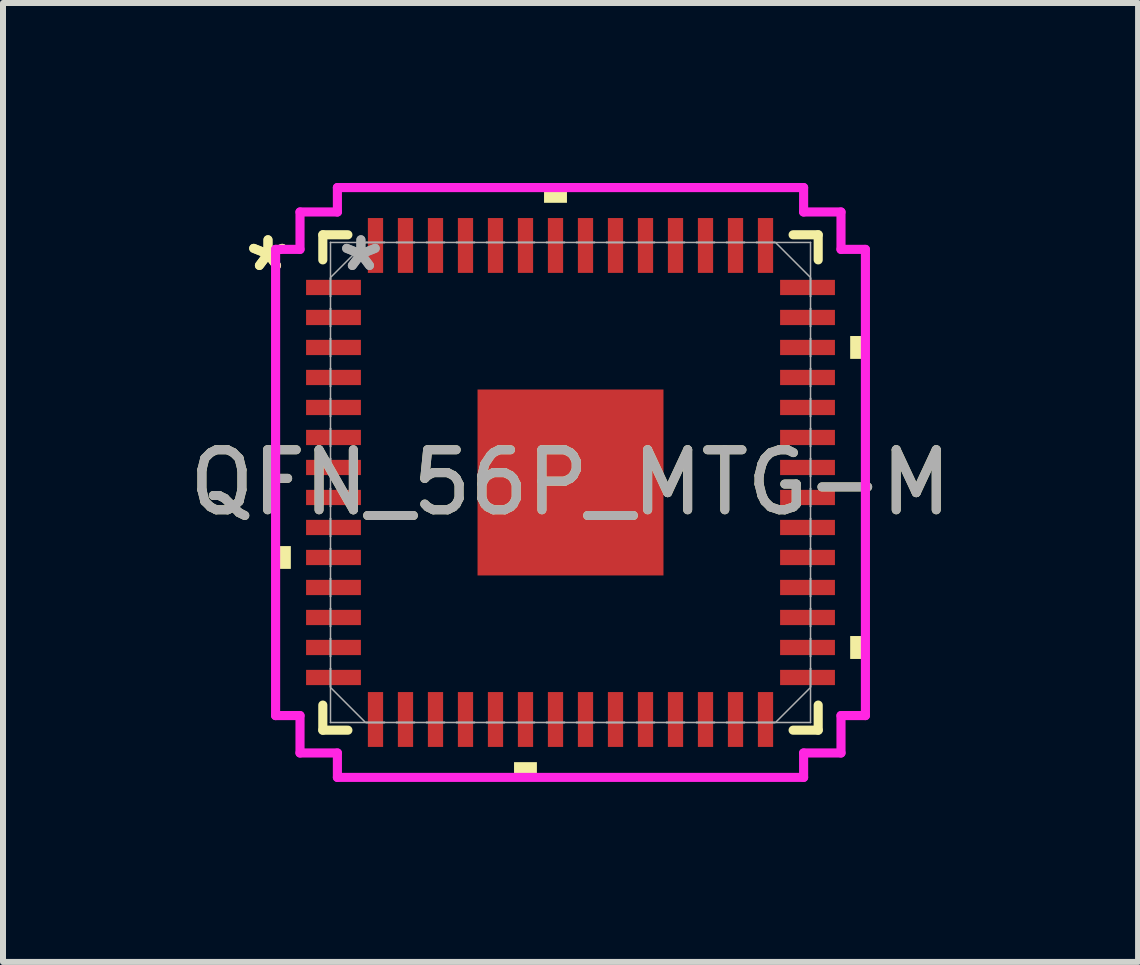
<source format=kicad_pcb>
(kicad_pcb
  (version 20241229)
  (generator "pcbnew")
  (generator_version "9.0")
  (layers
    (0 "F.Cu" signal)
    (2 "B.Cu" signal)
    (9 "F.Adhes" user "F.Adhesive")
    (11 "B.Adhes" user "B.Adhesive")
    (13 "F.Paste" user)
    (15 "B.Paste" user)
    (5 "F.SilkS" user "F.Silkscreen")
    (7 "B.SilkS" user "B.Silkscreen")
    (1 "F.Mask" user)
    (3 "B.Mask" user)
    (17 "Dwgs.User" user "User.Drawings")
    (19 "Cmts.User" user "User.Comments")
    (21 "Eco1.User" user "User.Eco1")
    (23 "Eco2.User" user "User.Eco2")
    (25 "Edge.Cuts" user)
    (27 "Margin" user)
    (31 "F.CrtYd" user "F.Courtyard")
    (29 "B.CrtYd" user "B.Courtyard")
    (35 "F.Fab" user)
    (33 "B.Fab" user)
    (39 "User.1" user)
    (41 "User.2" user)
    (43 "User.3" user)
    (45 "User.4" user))
  (footprint "QFN_56P_MTG-M"
    (layer "F.Cu")
    (at 6.458 4.991)
    (property "Reference" "QFN_56P_MTG-M" (at 0 0 0) (unlocked yes) (layer "F.SilkS") (effects (font (size 1 1) (thickness 0.15))))
    (attr smd)
    (fp_line (start -4.128 -4.128) (end -4.128 -3.71) (stroke (width 0.152) (type solid)) (layer "F.SilkS"))
    (fp_line (start -4.128 3.71) (end -4.128 4.128) (stroke (width 0.152) (type solid)) (layer "F.SilkS"))
    (fp_line (start -4.128 4.128) (end -3.71 4.128) (stroke (width 0.152) (type solid)) (layer "F.SilkS"))
    (fp_line (start -3.71 -4.128) (end -4.128 -4.128) (stroke (width 0.152) (type solid)) (layer "F.SilkS"))
    (fp_line (start 3.71 4.128) (end 4.128 4.128) (stroke (width 0.152) (type solid)) (layer "F.SilkS"))
    (fp_line (start 4.128 -4.128) (end 3.71 -4.128) (stroke (width 0.152) (type solid)) (layer "F.SilkS"))
    (fp_line (start 4.128 -3.71) (end 4.128 -4.128) (stroke (width 0.152) (type solid)) (layer "F.SilkS"))
    (fp_line (start 4.128 4.128) (end 4.128 3.71) (stroke (width 0.152) (type solid)) (layer "F.SilkS"))
    (fp_poly (pts (xy -4.915 1.06) (xy -4.915 1.44) (xy -4.661 1.44) (xy -4.661 1.06)) (stroke (width 0) (type solid)) (fill yes) (layer "F.SilkS"))
    (fp_poly (pts (xy -0.941 4.661) (xy -0.941 4.915) (xy -0.56 4.915) (xy -0.56 4.661)) (stroke (width 0) (type solid)) (fill yes) (layer "F.SilkS"))
    (fp_poly (pts (xy -0.441 -4.661) (xy -0.441 -4.915) (xy -0.059 -4.915) (xy -0.059 -4.661)) (stroke (width 0) (type solid)) (fill yes) (layer "F.SilkS"))
    (fp_poly (pts (xy 4.915 -2.441) (xy 4.915 -2.06) (xy 4.661 -2.06) (xy 4.661 -2.441)) (stroke (width 0) (type solid)) (fill yes) (layer "F.SilkS"))
    (fp_poly (pts (xy 4.915 2.559) (xy 4.915 2.941) (xy 4.661 2.941) (xy 4.661 2.559)) (stroke (width 0) (type solid)) (fill yes) (layer "F.SilkS"))
    (fp_poly (pts (xy -1.449 -1.449) (xy -1.449 -0.1) (xy -0.1 -0.1) (xy -0.1 -1.449)) (stroke (width 0) (type solid)) (fill yes) (layer "F.Paste"))
    (fp_poly (pts (xy -1.449 0.1) (xy -1.449 1.449) (xy -0.1 1.449) (xy -0.1 0.1)) (stroke (width 0) (type solid)) (fill yes) (layer "F.Paste"))
    (fp_poly (pts (xy 0.1 -1.449) (xy 0.1 -0.1) (xy 1.449 -0.1) (xy 1.449 -1.449)) (stroke (width 0) (type solid)) (fill yes) (layer "F.Paste"))
    (fp_poly (pts (xy 0.1 0.1) (xy 0.1 1.449) (xy 1.449 1.449) (xy 1.449 0.1)) (stroke (width 0) (type solid)) (fill yes) (layer "F.Paste"))
    (fp_line (start -4.915 -3.885) (end -4.508 -3.885) (stroke (width 0.152) (type solid)) (layer "F.CrtYd"))
    (fp_line (start -4.915 3.885) (end -4.915 -3.885) (stroke (width 0.152) (type solid)) (layer "F.CrtYd"))
    (fp_line (start -4.508 -4.508) (end -3.885 -4.508) (stroke (width 0.152) (type solid)) (layer "F.CrtYd"))
    (fp_line (start -4.508 -3.885) (end -4.508 -4.508) (stroke (width 0.152) (type solid)) (layer "F.CrtYd"))
    (fp_line (start -4.508 3.885) (end -4.915 3.885) (stroke (width 0.152) (type solid)) (layer "F.CrtYd"))
    (fp_line (start -4.508 4.508) (end -4.508 3.885) (stroke (width 0.152) (type solid)) (layer "F.CrtYd"))
    (fp_line (start -3.885 -4.915) (end 3.885 -4.915) (stroke (width 0.152) (type solid)) (layer "F.CrtYd"))
    (fp_line (start -3.885 -4.508) (end -3.885 -4.915) (stroke (width 0.152) (type solid)) (layer "F.CrtYd"))
    (fp_line (start -3.885 4.508) (end -4.508 4.508) (stroke (width 0.152) (type solid)) (layer "F.CrtYd"))
    (fp_line (start -3.885 4.915) (end -3.885 4.508) (stroke (width 0.152) (type solid)) (layer "F.CrtYd"))
    (fp_line (start 3.885 -4.915) (end 3.885 -4.508) (stroke (width 0.152) (type solid)) (layer "F.CrtYd"))
    (fp_line (start 3.885 -4.508) (end 4.508 -4.508) (stroke (width 0.152) (type solid)) (layer "F.CrtYd"))
    (fp_line (start 3.885 4.508) (end 3.885 4.915) (stroke (width 0.152) (type solid)) (layer "F.CrtYd"))
    (fp_line (start 3.885 4.915) (end -3.885 4.915) (stroke (width 0.152) (type solid)) (layer "F.CrtYd"))
    (fp_line (start 4.508 -4.508) (end 4.508 -3.885) (stroke (width 0.152) (type solid)) (layer "F.CrtYd"))
    (fp_line (start 4.508 -3.885) (end 4.915 -3.885) (stroke (width 0.152) (type solid)) (layer "F.CrtYd"))
    (fp_line (start 4.508 3.885) (end 4.508 4.508) (stroke (width 0.152) (type solid)) (layer "F.CrtYd"))
    (fp_line (start 4.508 4.508) (end 3.885 4.508) (stroke (width 0.152) (type solid)) (layer "F.CrtYd"))
    (fp_line (start 4.915 -3.885) (end 4.915 3.885) (stroke (width 0.152) (type solid)) (layer "F.CrtYd"))
    (fp_line (start 4.915 3.885) (end 4.508 3.885) (stroke (width 0.152) (type solid)) (layer "F.CrtYd"))
    (fp_line (start -4 -4) (end -4 -4) (stroke (width 0.025) (type solid)) (layer "F.Fab"))
    (fp_line (start -4 -4) (end -4 4) (stroke (width 0.025) (type solid)) (layer "F.Fab"))
    (fp_line (start -4 -3.416) (end -3.416 -4) (stroke (width 0.025) (type solid)) (layer "F.Fab"))
    (fp_line (start -4 -3.402) (end -4 -3.402) (stroke (width 0.025) (type solid)) (layer "F.Fab"))
    (fp_line (start -4 -3.402) (end -4 -3.098) (stroke (width 0.025) (type solid)) (layer "F.Fab"))
    (fp_line (start -4 -3.098) (end -4 -3.402) (stroke (width 0.025) (type solid)) (layer "F.Fab"))
    (fp_line (start -4 -3.098) (end -4 -3.098) (stroke (width 0.025) (type solid)) (layer "F.Fab"))
    (fp_line (start -4 -2.902) (end -4 -2.902) (stroke (width 0.025) (type solid)) (layer "F.Fab"))
    (fp_line (start -4 -2.902) (end -4 -2.598) (stroke (width 0.025) (type solid)) (layer "F.Fab"))
    (fp_line (start -4 -2.598) (end -4 -2.902) (stroke (width 0.025) (type solid)) (layer "F.Fab"))
    (fp_line (start -4 -2.598) (end -4 -2.598) (stroke (width 0.025) (type solid)) (layer "F.Fab"))
    (fp_line (start -4 -2.402) (end -4 -2.402) (stroke (width 0.025) (type solid)) (layer "F.Fab"))
    (fp_line (start -4 -2.402) (end -4 -2.098) (stroke (width 0.025) (type solid)) (layer "F.Fab"))
    (fp_line (start -4 -2.098) (end -4 -2.402) (stroke (width 0.025) (type solid)) (layer "F.Fab"))
    (fp_line (start -4 -2.098) (end -4 -2.098) (stroke (width 0.025) (type solid)) (layer "F.Fab"))
    (fp_line (start -4 -1.902) (end -4 -1.902) (stroke (width 0.025) (type solid)) (layer "F.Fab"))
    (fp_line (start -4 -1.902) (end -4 -1.598) (stroke (width 0.025) (type solid)) (layer "F.Fab"))
    (fp_line (start -4 -1.598) (end -4 -1.902) (stroke (width 0.025) (type solid)) (layer "F.Fab"))
    (fp_line (start -4 -1.598) (end -4 -1.598) (stroke (width 0.025) (type solid)) (layer "F.Fab"))
    (fp_line (start -4 -1.402) (end -4 -1.402) (stroke (width 0.025) (type solid)) (layer "F.Fab"))
    (fp_line (start -4 -1.402) (end -4 -1.098) (stroke (width 0.025) (type solid)) (layer "F.Fab"))
    (fp_line (start -4 -1.098) (end -4 -1.402) (stroke (width 0.025) (type solid)) (layer "F.Fab"))
    (fp_line (start -4 -1.098) (end -4 -1.098) (stroke (width 0.025) (type solid)) (layer "F.Fab"))
    (fp_line (start -4 -0.902) (end -4 -0.902) (stroke (width 0.025) (type solid)) (layer "F.Fab"))
    (fp_line (start -4 -0.902) (end -4 -0.598) (stroke (width 0.025) (type solid)) (layer "F.Fab"))
    (fp_line (start -4 -0.598) (end -4 -0.902) (stroke (width 0.025) (type solid)) (layer "F.Fab"))
    (fp_line (start -4 -0.598) (end -4 -0.598) (stroke (width 0.025) (type solid)) (layer "F.Fab"))
    (fp_line (start -4 -0.402) (end -4 -0.402) (stroke (width 0.025) (type solid)) (layer "F.Fab"))
    (fp_line (start -4 -0.402) (end -4 -0.098) (stroke (width 0.025) (type solid)) (layer "F.Fab"))
    (fp_line (start -4 -0.098) (end -4 -0.402) (stroke (width 0.025) (type solid)) (layer "F.Fab"))
    (fp_line (start -4 -0.098) (end -4 -0.098) (stroke (width 0.025) (type solid)) (layer "F.Fab"))
    (fp_line (start -4 0.098) (end -4 0.098) (stroke (width 0.025) (type solid)) (layer "F.Fab"))
    (fp_line (start -4 0.098) (end -4 0.402) (stroke (width 0.025) (type solid)) (layer "F.Fab"))
    (fp_line (start -4 0.402) (end -4 0.098) (stroke (width 0.025) (type solid)) (layer "F.Fab"))
    (fp_line (start -4 0.402) (end -4 0.402) (stroke (width 0.025) (type solid)) (layer "F.Fab"))
    (fp_line (start -4 0.598) (end -4 0.598) (stroke (width 0.025) (type solid)) (layer "F.Fab"))
    (fp_line (start -4 0.598) (end -4 0.902) (stroke (width 0.025) (type solid)) (layer "F.Fab"))
    (fp_line (start -4 0.902) (end -4 0.598) (stroke (width 0.025) (type solid)) (layer "F.Fab"))
    (fp_line (start -4 0.902) (end -4 0.902) (stroke (width 0.025) (type solid)) (layer "F.Fab"))
    (fp_line (start -4 1.098) (end -4 1.098) (stroke (width 0.025) (type solid)) (layer "F.Fab"))
    (fp_line (start -4 1.098) (end -4 1.402) (stroke (width 0.025) (type solid)) (layer "F.Fab"))
    (fp_line (start -4 1.402) (end -4 1.098) (stroke (width 0.025) (type solid)) (layer "F.Fab"))
    (fp_line (start -4 1.402) (end -4 1.402) (stroke (width 0.025) (type solid)) (layer "F.Fab"))
    (fp_line (start -4 1.598) (end -4 1.598) (stroke (width 0.025) (type solid)) (layer "F.Fab"))
    (fp_line (start -4 1.598) (end -4 1.902) (stroke (width 0.025) (type solid)) (layer "F.Fab"))
    (fp_line (start -4 1.902) (end -4 1.598) (stroke (width 0.025) (type solid)) (layer "F.Fab"))
    (fp_line (start -4 1.902) (end -4 1.902) (stroke (width 0.025) (type solid)) (layer "F.Fab"))
    (fp_line (start -4 2.098) (end -4 2.098) (stroke (width 0.025) (type solid)) (layer "F.Fab"))
    (fp_line (start -4 2.098) (end -4 2.402) (stroke (width 0.025) (type solid)) (layer "F.Fab"))
    (fp_line (start -4 2.402) (end -4 2.098) (stroke (width 0.025) (type solid)) (layer "F.Fab"))
    (fp_line (start -4 2.402) (end -4 2.402) (stroke (width 0.025) (type solid)) (layer "F.Fab"))
    (fp_line (start -4 2.598) (end -4 2.598) (stroke (width 0.025) (type solid)) (layer "F.Fab"))
    (fp_line (start -4 2.598) (end -4 2.902) (stroke (width 0.025) (type solid)) (layer "F.Fab"))
    (fp_line (start -4 2.902) (end -4 2.598) (stroke (width 0.025) (type solid)) (layer "F.Fab"))
    (fp_line (start -4 2.902) (end -4 2.902) (stroke (width 0.025) (type solid)) (layer "F.Fab"))
    (fp_line (start -4 3.098) (end -4 3.098) (stroke (width 0.025) (type solid)) (layer "F.Fab"))
    (fp_line (start -4 3.098) (end -4 3.402) (stroke (width 0.025) (type solid)) (layer "F.Fab"))
    (fp_line (start -4 3.402) (end -4 3.098) (stroke (width 0.025) (type solid)) (layer "F.Fab"))
    (fp_line (start -4 3.402) (end -4 3.402) (stroke (width 0.025) (type solid)) (layer "F.Fab"))
    (fp_line (start -4 4) (end -4 4) (stroke (width 0.025) (type solid)) (layer "F.Fab"))
    (fp_line (start -4 4) (end 4 4) (stroke (width 0.025) (type solid)) (layer "F.Fab"))
    (fp_line (start -3.416 4) (end -4 3.416) (stroke (width 0.025) (type solid)) (layer "F.Fab"))
    (fp_line (start -3.402 -4) (end -3.402 -4) (stroke (width 0.025) (type solid)) (layer "F.Fab"))
    (fp_line (start -3.402 -4) (end -3.098 -4) (stroke (width 0.025) (type solid)) (layer "F.Fab"))
    (fp_line (start -3.402 4) (end -3.402 4) (stroke (width 0.025) (type solid)) (layer "F.Fab"))
    (fp_line (start -3.402 4) (end -3.098 4) (stroke (width 0.025) (type solid)) (layer "F.Fab"))
    (fp_line (start -3.098 -4) (end -3.402 -4) (stroke (width 0.025) (type solid)) (layer "F.Fab"))
    (fp_line (start -3.098 -4) (end -3.098 -4) (stroke (width 0.025) (type solid)) (layer "F.Fab"))
    (fp_line (start -3.098 4) (end -3.402 4) (stroke (width 0.025) (type solid)) (layer "F.Fab"))
    (fp_line (start -3.098 4) (end -3.098 4) (stroke (width 0.025) (type solid)) (layer "F.Fab"))
    (fp_line (start -2.902 -4) (end -2.902 -4) (stroke (width 0.025) (type solid)) (layer "F.Fab"))
    (fp_line (start -2.902 -4) (end -2.598 -4) (stroke (width 0.025) (type solid)) (layer "F.Fab"))
    (fp_line (start -2.902 4) (end -2.902 4) (stroke (width 0.025) (type solid)) (layer "F.Fab"))
    (fp_line (start -2.902 4) (end -2.598 4) (stroke (width 0.025) (type solid)) (layer "F.Fab"))
    (fp_line (start -2.598 -4) (end -2.902 -4) (stroke (width 0.025) (type solid)) (layer "F.Fab"))
    (fp_line (start -2.598 -4) (end -2.598 -4) (stroke (width 0.025) (type solid)) (layer "F.Fab"))
    (fp_line (start -2.598 4) (end -2.902 4) (stroke (width 0.025) (type solid)) (layer "F.Fab"))
    (fp_line (start -2.598 4) (end -2.598 4) (stroke (width 0.025) (type solid)) (layer "F.Fab"))
    (fp_line (start -2.402 -4) (end -2.402 -4) (stroke (width 0.025) (type solid)) (layer "F.Fab"))
    (fp_line (start -2.402 -4) (end -2.098 -4) (stroke (width 0.025) (type solid)) (layer "F.Fab"))
    (fp_line (start -2.402 4) (end -2.402 4) (stroke (width 0.025) (type solid)) (layer "F.Fab"))
    (fp_line (start -2.402 4) (end -2.098 4) (stroke (width 0.025) (type solid)) (layer "F.Fab"))
    (fp_line (start -2.098 -4) (end -2.402 -4) (stroke (width 0.025) (type solid)) (layer "F.Fab"))
    (fp_line (start -2.098 -4) (end -2.098 -4) (stroke (width 0.025) (type solid)) (layer "F.Fab"))
    (fp_line (start -2.098 4) (end -2.402 4) (stroke (width 0.025) (type solid)) (layer "F.Fab"))
    (fp_line (start -2.098 4) (end -2.098 4) (stroke (width 0.025) (type solid)) (layer "F.Fab"))
    (fp_line (start -1.902 -4) (end -1.902 -4) (stroke (width 0.025) (type solid)) (layer "F.Fab"))
    (fp_line (start -1.902 -4) (end -1.598 -4) (stroke (width 0.025) (type solid)) (layer "F.Fab"))
    (fp_line (start -1.902 4) (end -1.902 4) (stroke (width 0.025) (type solid)) (layer "F.Fab"))
    (fp_line (start -1.902 4) (end -1.598 4) (stroke (width 0.025) (type solid)) (layer "F.Fab"))
    (fp_line (start -1.598 -4) (end -1.902 -4) (stroke (width 0.025) (type solid)) (layer "F.Fab"))
    (fp_line (start -1.598 -4) (end -1.598 -4) (stroke (width 0.025) (type solid)) (layer "F.Fab"))
    (fp_line (start -1.598 4) (end -1.902 4) (stroke (width 0.025) (type solid)) (layer "F.Fab"))
    (fp_line (start -1.598 4) (end -1.598 4) (stroke (width 0.025) (type solid)) (layer "F.Fab"))
    (fp_line (start -1.402 -4) (end -1.402 -4) (stroke (width 0.025) (type solid)) (layer "F.Fab"))
    (fp_line (start -1.402 -4) (end -1.098 -4) (stroke (width 0.025) (type solid)) (layer "F.Fab"))
    (fp_line (start -1.402 4) (end -1.402 4) (stroke (width 0.025) (type solid)) (layer "F.Fab"))
    (fp_line (start -1.402 4) (end -1.098 4) (stroke (width 0.025) (type solid)) (layer "F.Fab"))
    (fp_line (start -1.098 -4) (end -1.402 -4) (stroke (width 0.025) (type solid)) (layer "F.Fab"))
    (fp_line (start -1.098 -4) (end -1.098 -4) (stroke (width 0.025) (type solid)) (layer "F.Fab"))
    (fp_line (start -1.098 4) (end -1.402 4) (stroke (width 0.025) (type solid)) (layer "F.Fab"))
    (fp_line (start -1.098 4) (end -1.098 4) (stroke (width 0.025) (type solid)) (layer "F.Fab"))
    (fp_line (start -0.902 -4) (end -0.902 -4) (stroke (width 0.025) (type solid)) (layer "F.Fab"))
    (fp_line (start -0.902 -4) (end -0.598 -4) (stroke (width 0.025) (type solid)) (layer "F.Fab"))
    (fp_line (start -0.902 4) (end -0.902 4) (stroke (width 0.025) (type solid)) (layer "F.Fab"))
    (fp_line (start -0.902 4) (end -0.598 4) (stroke (width 0.025) (type solid)) (layer "F.Fab"))
    (fp_line (start -0.598 -4) (end -0.902 -4) (stroke (width 0.025) (type solid)) (layer "F.Fab"))
    (fp_line (start -0.598 -4) (end -0.598 -4) (stroke (width 0.025) (type solid)) (layer "F.Fab"))
    (fp_line (start -0.598 4) (end -0.902 4) (stroke (width 0.025) (type solid)) (layer "F.Fab"))
    (fp_line (start -0.598 4) (end -0.598 4) (stroke (width 0.025) (type solid)) (layer "F.Fab"))
    (fp_line (start -0.402 -4) (end -0.402 -4) (stroke (width 0.025) (type solid)) (layer "F.Fab"))
    (fp_line (start -0.402 -4) (end -0.098 -4) (stroke (width 0.025) (type solid)) (layer "F.Fab"))
    (fp_line (start -0.402 4) (end -0.402 4) (stroke (width 0.025) (type solid)) (layer "F.Fab"))
    (fp_line (start -0.402 4) (end -0.098 4) (stroke (width 0.025) (type solid)) (layer "F.Fab"))
    (fp_line (start -0.098 -4) (end -0.402 -4) (stroke (width 0.025) (type solid)) (layer "F.Fab"))
    (fp_line (start -0.098 -4) (end -0.098 -4) (stroke (width 0.025) (type solid)) (layer "F.Fab"))
    (fp_line (start -0.098 4) (end -0.402 4) (stroke (width 0.025) (type solid)) (layer "F.Fab"))
    (fp_line (start -0.098 4) (end -0.098 4) (stroke (width 0.025) (type solid)) (layer "F.Fab"))
    (fp_line (start 0.098 -4) (end 0.098 -4) (stroke (width 0.025) (type solid)) (layer "F.Fab"))
    (fp_line (start 0.098 -4) (end 0.402 -4) (stroke (width 0.025) (type solid)) (layer "F.Fab"))
    (fp_line (start 0.098 4) (end 0.098 4) (stroke (width 0.025) (type solid)) (layer "F.Fab"))
    (fp_line (start 0.098 4) (end 0.402 4) (stroke (width 0.025) (type solid)) (layer "F.Fab"))
    (fp_line (start 0.402 -4) (end 0.098 -4) (stroke (width 0.025) (type solid)) (layer "F.Fab"))
    (fp_line (start 0.402 -4) (end 0.402 -4) (stroke (width 0.025) (type solid)) (layer "F.Fab"))
    (fp_line (start 0.402 4) (end 0.098 4) (stroke (width 0.025) (type solid)) (layer "F.Fab"))
    (fp_line (start 0.402 4) (end 0.402 4) (stroke (width 0.025) (type solid)) (layer "F.Fab"))
    (fp_line (start 0.598 -4) (end 0.598 -4) (stroke (width 0.025) (type solid)) (layer "F.Fab"))
    (fp_line (start 0.598 -4) (end 0.902 -4) (stroke (width 0.025) (type solid)) (layer "F.Fab"))
    (fp_line (start 0.598 4) (end 0.598 4) (stroke (width 0.025) (type solid)) (layer "F.Fab"))
    (fp_line (start 0.598 4) (end 0.902 4) (stroke (width 0.025) (type solid)) (layer "F.Fab"))
    (fp_line (start 0.902 -4) (end 0.598 -4) (stroke (width 0.025) (type solid)) (layer "F.Fab"))
    (fp_line (start 0.902 -4) (end 0.902 -4) (stroke (width 0.025) (type solid)) (layer "F.Fab"))
    (fp_line (start 0.902 4) (end 0.598 4) (stroke (width 0.025) (type solid)) (layer "F.Fab"))
    (fp_line (start 0.902 4) (end 0.902 4) (stroke (width 0.025) (type solid)) (layer "F.Fab"))
    (fp_line (start 1.098 -4) (end 1.098 -4) (stroke (width 0.025) (type solid)) (layer "F.Fab"))
    (fp_line (start 1.098 -4) (end 1.402 -4) (stroke (width 0.025) (type solid)) (layer "F.Fab"))
    (fp_line (start 1.098 4) (end 1.098 4) (stroke (width 0.025) (type solid)) (layer "F.Fab"))
    (fp_line (start 1.098 4) (end 1.402 4) (stroke (width 0.025) (type solid)) (layer "F.Fab"))
    (fp_line (start 1.402 -4) (end 1.098 -4) (stroke (width 0.025) (type solid)) (layer "F.Fab"))
    (fp_line (start 1.402 -4) (end 1.402 -4) (stroke (width 0.025) (type solid)) (layer "F.Fab"))
    (fp_line (start 1.402 4) (end 1.098 4) (stroke (width 0.025) (type solid)) (layer "F.Fab"))
    (fp_line (start 1.402 4) (end 1.402 4) (stroke (width 0.025) (type solid)) (layer "F.Fab"))
    (fp_line (start 1.598 -4) (end 1.598 -4) (stroke (width 0.025) (type solid)) (layer "F.Fab"))
    (fp_line (start 1.598 -4) (end 1.902 -4) (stroke (width 0.025) (type solid)) (layer "F.Fab"))
    (fp_line (start 1.598 4) (end 1.598 4) (stroke (width 0.025) (type solid)) (layer "F.Fab"))
    (fp_line (start 1.598 4) (end 1.902 4) (stroke (width 0.025) (type solid)) (layer "F.Fab"))
    (fp_line (start 1.902 -4) (end 1.598 -4) (stroke (width 0.025) (type solid)) (layer "F.Fab"))
    (fp_line (start 1.902 -4) (end 1.902 -4) (stroke (width 0.025) (type solid)) (layer "F.Fab"))
    (fp_line (start 1.902 4) (end 1.598 4) (stroke (width 0.025) (type solid)) (layer "F.Fab"))
    (fp_line (start 1.902 4) (end 1.902 4) (stroke (width 0.025) (type solid)) (layer "F.Fab"))
    (fp_line (start 2.098 -4) (end 2.098 -4) (stroke (width 0.025) (type solid)) (layer "F.Fab"))
    (fp_line (start 2.098 -4) (end 2.402 -4) (stroke (width 0.025) (type solid)) (layer "F.Fab"))
    (fp_line (start 2.098 4) (end 2.098 4) (stroke (width 0.025) (type solid)) (layer "F.Fab"))
    (fp_line (start 2.098 4) (end 2.402 4) (stroke (width 0.025) (type solid)) (layer "F.Fab"))
    (fp_line (start 2.402 -4) (end 2.098 -4) (stroke (width 0.025) (type solid)) (layer "F.Fab"))
    (fp_line (start 2.402 -4) (end 2.402 -4) (stroke (width 0.025) (type solid)) (layer "F.Fab"))
    (fp_line (start 2.402 4) (end 2.098 4) (stroke (width 0.025) (type solid)) (layer "F.Fab"))
    (fp_line (start 2.402 4) (end 2.402 4) (stroke (width 0.025) (type solid)) (layer "F.Fab"))
    (fp_line (start 2.598 -4) (end 2.598 -4) (stroke (width 0.025) (type solid)) (layer "F.Fab"))
    (fp_line (start 2.598 -4) (end 2.902 -4) (stroke (width 0.025) (type solid)) (layer "F.Fab"))
    (fp_line (start 2.598 4) (end 2.598 4) (stroke (width 0.025) (type solid)) (layer "F.Fab"))
    (fp_line (start 2.598 4) (end 2.902 4) (stroke (width 0.025) (type solid)) (layer "F.Fab"))
    (fp_line (start 2.902 -4) (end 2.598 -4) (stroke (width 0.025) (type solid)) (layer "F.Fab"))
    (fp_line (start 2.902 -4) (end 2.902 -4) (stroke (width 0.025) (type solid)) (layer "F.Fab"))
    (fp_line (start 2.902 4) (end 2.598 4) (stroke (width 0.025) (type solid)) (layer "F.Fab"))
    (fp_line (start 2.902 4) (end 2.902 4) (stroke (width 0.025) (type solid)) (layer "F.Fab"))
    (fp_line (start 3.098 -4) (end 3.098 -4) (stroke (width 0.025) (type solid)) (layer "F.Fab"))
    (fp_line (start 3.098 -4) (end 3.402 -4) (stroke (width 0.025) (type solid)) (layer "F.Fab"))
    (fp_line (start 3.098 4) (end 3.098 4) (stroke (width 0.025) (type solid)) (layer "F.Fab"))
    (fp_line (start 3.098 4) (end 3.402 4) (stroke (width 0.025) (type solid)) (layer "F.Fab"))
    (fp_line (start 3.402 -4) (end 3.098 -4) (stroke (width 0.025) (type solid)) (layer "F.Fab"))
    (fp_line (start 3.402 -4) (end 3.402 -4) (stroke (width 0.025) (type solid)) (layer "F.Fab"))
    (fp_line (start 3.402 4) (end 3.098 4) (stroke (width 0.025) (type solid)) (layer "F.Fab"))
    (fp_line (start 3.402 4) (end 3.402 4) (stroke (width 0.025) (type solid)) (layer "F.Fab"))
    (fp_line (start 3.416 -4) (end 4 -3.416) (stroke (width 0.025) (type solid)) (layer "F.Fab"))
    (fp_line (start 3.416 4) (end 4 3.416) (stroke (width 0.025) (type solid)) (layer "F.Fab"))
    (fp_line (start 4 -4) (end -4 -4) (stroke (width 0.025) (type solid)) (layer "F.Fab"))
    (fp_line (start 4 -4) (end 4 -4) (stroke (width 0.025) (type solid)) (layer "F.Fab"))
    (fp_line (start 4 -3.402) (end 4 -3.402) (stroke (width 0.025) (type solid)) (layer "F.Fab"))
    (fp_line (start 4 -3.402) (end 4 -3.098) (stroke (width 0.025) (type solid)) (layer "F.Fab"))
    (fp_line (start 4 -3.098) (end 4 -3.402) (stroke (width 0.025) (type solid)) (layer "F.Fab"))
    (fp_line (start 4 -3.098) (end 4 -3.098) (stroke (width 0.025) (type solid)) (layer "F.Fab"))
    (fp_line (start 4 -2.902) (end 4 -2.902) (stroke (width 0.025) (type solid)) (layer "F.Fab"))
    (fp_line (start 4 -2.902) (end 4 -2.598) (stroke (width 0.025) (type solid)) (layer "F.Fab"))
    (fp_line (start 4 -2.598) (end 4 -2.902) (stroke (width 0.025) (type solid)) (layer "F.Fab"))
    (fp_line (start 4 -2.598) (end 4 -2.598) (stroke (width 0.025) (type solid)) (layer "F.Fab"))
    (fp_line (start 4 -2.402) (end 4 -2.402) (stroke (width 0.025) (type solid)) (layer "F.Fab"))
    (fp_line (start 4 -2.402) (end 4 -2.098) (stroke (width 0.025) (type solid)) (layer "F.Fab"))
    (fp_line (start 4 -2.098) (end 4 -2.402) (stroke (width 0.025) (type solid)) (layer "F.Fab"))
    (fp_line (start 4 -2.098) (end 4 -2.098) (stroke (width 0.025) (type solid)) (layer "F.Fab"))
    (fp_line (start 4 -1.902) (end 4 -1.902) (stroke (width 0.025) (type solid)) (layer "F.Fab"))
    (fp_line (start 4 -1.902) (end 4 -1.598) (stroke (width 0.025) (type solid)) (layer "F.Fab"))
    (fp_line (start 4 -1.598) (end 4 -1.902) (stroke (width 0.025) (type solid)) (layer "F.Fab"))
    (fp_line (start 4 -1.598) (end 4 -1.598) (stroke (width 0.025) (type solid)) (layer "F.Fab"))
    (fp_line (start 4 -1.402) (end 4 -1.402) (stroke (width 0.025) (type solid)) (layer "F.Fab"))
    (fp_line (start 4 -1.402) (end 4 -1.098) (stroke (width 0.025) (type solid)) (layer "F.Fab"))
    (fp_line (start 4 -1.098) (end 4 -1.402) (stroke (width 0.025) (type solid)) (layer "F.Fab"))
    (fp_line (start 4 -1.098) (end 4 -1.098) (stroke (width 0.025) (type solid)) (layer "F.Fab"))
    (fp_line (start 4 -0.902) (end 4 -0.902) (stroke (width 0.025) (type solid)) (layer "F.Fab"))
    (fp_line (start 4 -0.902) (end 4 -0.598) (stroke (width 0.025) (type solid)) (layer "F.Fab"))
    (fp_line (start 4 -0.598) (end 4 -0.902) (stroke (width 0.025) (type solid)) (layer "F.Fab"))
    (fp_line (start 4 -0.598) (end 4 -0.598) (stroke (width 0.025) (type solid)) (layer "F.Fab"))
    (fp_line (start 4 -0.402) (end 4 -0.402) (stroke (width 0.025) (type solid)) (layer "F.Fab"))
    (fp_line (start 4 -0.402) (end 4 -0.098) (stroke (width 0.025) (type solid)) (layer "F.Fab"))
    (fp_line (start 4 -0.098) (end 4 -0.402) (stroke (width 0.025) (type solid)) (layer "F.Fab"))
    (fp_line (start 4 -0.098) (end 4 -0.098) (stroke (width 0.025) (type solid)) (layer "F.Fab"))
    (fp_line (start 4 0.098) (end 4 0.098) (stroke (width 0.025) (type solid)) (layer "F.Fab"))
    (fp_line (start 4 0.098) (end 4 0.402) (stroke (width 0.025) (type solid)) (layer "F.Fab"))
    (fp_line (start 4 0.402) (end 4 0.098) (stroke (width 0.025) (type solid)) (layer "F.Fab"))
    (fp_line (start 4 0.402) (end 4 0.402) (stroke (width 0.025) (type solid)) (layer "F.Fab"))
    (fp_line (start 4 0.598) (end 4 0.598) (stroke (width 0.025) (type solid)) (layer "F.Fab"))
    (fp_line (start 4 0.598) (end 4 0.902) (stroke (width 0.025) (type solid)) (layer "F.Fab"))
    (fp_line (start 4 0.902) (end 4 0.598) (stroke (width 0.025) (type solid)) (layer "F.Fab"))
    (fp_line (start 4 0.902) (end 4 0.902) (stroke (width 0.025) (type solid)) (layer "F.Fab"))
    (fp_line (start 4 1.098) (end 4 1.098) (stroke (width 0.025) (type solid)) (layer "F.Fab"))
    (fp_line (start 4 1.098) (end 4 1.402) (stroke (width 0.025) (type solid)) (layer "F.Fab"))
    (fp_line (start 4 1.402) (end 4 1.098) (stroke (width 0.025) (type solid)) (layer "F.Fab"))
    (fp_line (start 4 1.402) (end 4 1.402) (stroke (width 0.025) (type solid)) (layer "F.Fab"))
    (fp_line (start 4 1.598) (end 4 1.598) (stroke (width 0.025) (type solid)) (layer "F.Fab"))
    (fp_line (start 4 1.598) (end 4 1.902) (stroke (width 0.025) (type solid)) (layer "F.Fab"))
    (fp_line (start 4 1.902) (end 4 1.598) (stroke (width 0.025) (type solid)) (layer "F.Fab"))
    (fp_line (start 4 1.902) (end 4 1.902) (stroke (width 0.025) (type solid)) (layer "F.Fab"))
    (fp_line (start 4 2.098) (end 4 2.098) (stroke (width 0.025) (type solid)) (layer "F.Fab"))
    (fp_line (start 4 2.098) (end 4 2.402) (stroke (width 0.025) (type solid)) (layer "F.Fab"))
    (fp_line (start 4 2.402) (end 4 2.098) (stroke (width 0.025) (type solid)) (layer "F.Fab"))
    (fp_line (start 4 2.402) (end 4 2.402) (stroke (width 0.025) (type solid)) (layer "F.Fab"))
    (fp_line (start 4 2.598) (end 4 2.598) (stroke (width 0.025) (type solid)) (layer "F.Fab"))
    (fp_line (start 4 2.598) (end 4 2.902) (stroke (width 0.025) (type solid)) (layer "F.Fab"))
    (fp_line (start 4 2.902) (end 4 2.598) (stroke (width 0.025) (type solid)) (layer "F.Fab"))
    (fp_line (start 4 2.902) (end 4 2.902) (stroke (width 0.025) (type solid)) (layer "F.Fab"))
    (fp_line (start 4 3.098) (end 4 3.098) (stroke (width 0.025) (type solid)) (layer "F.Fab"))
    (fp_line (start 4 3.098) (end 4 3.402) (stroke (width 0.025) (type solid)) (layer "F.Fab"))
    (fp_line (start 4 3.402) (end 4 3.098) (stroke (width 0.025) (type solid)) (layer "F.Fab"))
    (fp_line (start 4 3.402) (end 4 3.402) (stroke (width 0.025) (type solid)) (layer "F.Fab"))
    (fp_line (start 4 4) (end 4 -4) (stroke (width 0.025) (type solid)) (layer "F.Fab"))
    (fp_line (start 4 4) (end 4 4) (stroke (width 0.025) (type solid)) (layer "F.Fab"))
    (fp_text user "*" (at -5.042 -3.5 0) (layer "F.SilkS") (effects (font (size 1 1) (thickness 0.15))))
    (fp_text user "*" (at -5.042 -3.5 0) (unlocked yes) (layer "F.SilkS") (effects (font (size 1 1) (thickness 0.15))))
    (fp_text user "${REFERENCE}" (at 0 0 0) (unlocked yes) (layer "F.Fab") (effects (font (size 1 1) (thickness 0.15))))
    (fp_text user "*" (at -3.493 -3.5 0) (unlocked yes) (layer "F.Fab") (effects (font (size 1 1) (thickness 0.15))))
    (fp_text user "*" (at -3.493 -3.5 0) (layer "F.Fab") (effects (font (size 1 1) (thickness 0.15))))
    (pad "1" smd rect (at -3.95 -3.25 90) (size 0.254 0.914) (layers "F.Cu" "F.Mask" "F.Paste"))
    (pad "2" smd rect (at -3.95 -2.75 90) (size 0.254 0.914) (layers "F.Cu" "F.Mask" "F.Paste"))
    (pad "3" smd rect (at -3.95 -2.25 90) (size 0.254 0.914) (layers "F.Cu" "F.Mask" "F.Paste"))
    (pad "4" smd rect (at -3.95 -1.75 90) (size 0.254 0.914) (layers "F.Cu" "F.Mask" "F.Paste"))
    (pad "5" smd rect (at -3.95 -1.25 90) (size 0.254 0.914) (layers "F.Cu" "F.Mask" "F.Paste"))
    (pad "6" smd rect (at -3.95 -0.75 90) (size 0.254 0.914) (layers "F.Cu" "F.Mask" "F.Paste"))
    (pad "7" smd rect (at -3.95 -0.25 90) (size 0.254 0.914) (layers "F.Cu" "F.Mask" "F.Paste"))
    (pad "8" smd rect (at -3.95 0.25 90) (size 0.254 0.914) (layers "F.Cu" "F.Mask" "F.Paste"))
    (pad "9" smd rect (at -3.95 0.75 90) (size 0.254 0.914) (layers "F.Cu" "F.Mask" "F.Paste"))
    (pad "10" smd rect (at -3.95 1.25 90) (size 0.254 0.914) (layers "F.Cu" "F.Mask" "F.Paste"))
    (pad "11" smd rect (at -3.95 1.75 90) (size 0.254 0.914) (layers "F.Cu" "F.Mask" "F.Paste"))
    (pad "12" smd rect (at -3.95 2.25 90) (size 0.254 0.914) (layers "F.Cu" "F.Mask" "F.Paste"))
    (pad "13" smd rect (at -3.95 2.75 90) (size 0.254 0.914) (layers "F.Cu" "F.Mask" "F.Paste"))
    (pad "14" smd rect (at -3.95 3.25 90) (size 0.254 0.914) (layers "F.Cu" "F.Mask" "F.Paste"))
    (pad "15" smd rect (at -3.25 3.95) (size 0.254 0.914) (layers "F.Cu" "F.Mask" "F.Paste"))
    (pad "16" smd rect (at -2.75 3.95) (size 0.254 0.914) (layers "F.Cu" "F.Mask" "F.Paste"))
    (pad "17" smd rect (at -2.25 3.95) (size 0.254 0.914) (layers "F.Cu" "F.Mask" "F.Paste"))
    (pad "18" smd rect (at -1.75 3.95) (size 0.254 0.914) (layers "F.Cu" "F.Mask" "F.Paste"))
    (pad "19" smd rect (at -1.25 3.95) (size 0.254 0.914) (layers "F.Cu" "F.Mask" "F.Paste"))
    (pad "20" smd rect (at -0.75 3.95) (size 0.254 0.914) (layers "F.Cu" "F.Mask" "F.Paste"))
    (pad "21" smd rect (at -0.25 3.95) (size 0.254 0.914) (layers "F.Cu" "F.Mask" "F.Paste"))
    (pad "22" smd rect (at 0.25 3.95) (size 0.254 0.914) (layers "F.Cu" "F.Mask" "F.Paste"))
    (pad "23" smd rect (at 0.75 3.95) (size 0.254 0.914) (layers "F.Cu" "F.Mask" "F.Paste"))
    (pad "24" smd rect (at 1.25 3.95) (size 0.254 0.914) (layers "F.Cu" "F.Mask" "F.Paste"))
    (pad "25" smd rect (at 1.75 3.95) (size 0.254 0.914) (layers "F.Cu" "F.Mask" "F.Paste"))
    (pad "26" smd rect (at 2.25 3.95) (size 0.254 0.914) (layers "F.Cu" "F.Mask" "F.Paste"))
    (pad "27" smd rect (at 2.75 3.95) (size 0.254 0.914) (layers "F.Cu" "F.Mask" "F.Paste"))
    (pad "28" smd rect (at 3.25 3.95) (size 0.254 0.914) (layers "F.Cu" "F.Mask" "F.Paste"))
    (pad "29" smd rect (at 3.95 3.25 90) (size 0.254 0.914) (layers "F.Cu" "F.Mask" "F.Paste"))
    (pad "30" smd rect (at 3.95 2.75 90) (size 0.254 0.914) (layers "F.Cu" "F.Mask" "F.Paste"))
    (pad "31" smd rect (at 3.95 2.25 90) (size 0.254 0.914) (layers "F.Cu" "F.Mask" "F.Paste"))
    (pad "32" smd rect (at 3.95 1.75 90) (size 0.254 0.914) (layers "F.Cu" "F.Mask" "F.Paste"))
    (pad "33" smd rect (at 3.95 1.25 90) (size 0.254 0.914) (layers "F.Cu" "F.Mask" "F.Paste"))
    (pad "34" smd rect (at 3.95 0.75 90) (size 0.254 0.914) (layers "F.Cu" "F.Mask" "F.Paste"))
    (pad "35" smd rect (at 3.95 0.25 90) (size 0.254 0.914) (layers "F.Cu" "F.Mask" "F.Paste"))
    (pad "36" smd rect (at 3.95 -0.25 90) (size 0.254 0.914) (layers "F.Cu" "F.Mask" "F.Paste"))
    (pad "37" smd rect (at 3.95 -0.75 90) (size 0.254 0.914) (layers "F.Cu" "F.Mask" "F.Paste"))
    (pad "38" smd rect (at 3.95 -1.25 90) (size 0.254 0.914) (layers "F.Cu" "F.Mask" "F.Paste"))
    (pad "39" smd rect (at 3.95 -1.75 90) (size 0.254 0.914) (layers "F.Cu" "F.Mask" "F.Paste"))
    (pad "40" smd rect (at 3.95 -2.25 90) (size 0.254 0.914) (layers "F.Cu" "F.Mask" "F.Paste"))
    (pad "41" smd rect (at 3.95 -2.75 90) (size 0.254 0.914) (layers "F.Cu" "F.Mask" "F.Paste"))
    (pad "42" smd rect (at 3.95 -3.25 90) (size 0.254 0.914) (layers "F.Cu" "F.Mask" "F.Paste"))
    (pad "43" smd rect (at 3.25 -3.95) (size 0.254 0.914) (layers "F.Cu" "F.Mask" "F.Paste"))
    (pad "44" smd rect (at 2.75 -3.95) (size 0.254 0.914) (layers "F.Cu" "F.Mask" "F.Paste"))
    (pad "45" smd rect (at 2.25 -3.95) (size 0.254 0.914) (layers "F.Cu" "F.Mask" "F.Paste"))
    (pad "46" smd rect (at 1.75 -3.95) (size 0.254 0.914) (layers "F.Cu" "F.Mask" "F.Paste"))
    (pad "47" smd rect (at 1.25 -3.95) (size 0.254 0.914) (layers "F.Cu" "F.Mask" "F.Paste"))
    (pad "48" smd rect (at 0.75 -3.95) (size 0.254 0.914) (layers "F.Cu" "F.Mask" "F.Paste"))
    (pad "49" smd rect (at 0.25 -3.95) (size 0.254 0.914) (layers "F.Cu" "F.Mask" "F.Paste"))
    (pad "50" smd rect (at -0.25 -3.95) (size 0.254 0.914) (layers "F.Cu" "F.Mask" "F.Paste"))
    (pad "51" smd rect (at -0.75 -3.95) (size 0.254 0.914) (layers "F.Cu" "F.Mask" "F.Paste"))
    (pad "52" smd rect (at -1.25 -3.95) (size 0.254 0.914) (layers "F.Cu" "F.Mask" "F.Paste"))
    (pad "53" smd rect (at -1.75 -3.95) (size 0.254 0.914) (layers "F.Cu" "F.Mask" "F.Paste"))
    (pad "54" smd rect (at -2.25 -3.95) (size 0.254 0.914) (layers "F.Cu" "F.Mask" "F.Paste"))
    (pad "55" smd rect (at -2.75 -3.95) (size 0.254 0.914) (layers "F.Cu" "F.Mask" "F.Paste"))
    (pad "56" smd rect (at -3.25 -3.95) (size 0.254 0.914) (layers "F.Cu" "F.Mask" "F.Paste"))
    (pad "57" smd rect (at 0 0) (size 3.099 3.099) (layers "F.Cu" "F.Mask" "F.Paste")))
  (gr_rect
    (start -3 -3)
    (end 15.917 12.982)
    (stroke (width 0.1) (type default))
    (fill no)
    (layer "Edge.Cuts")))
</source>
